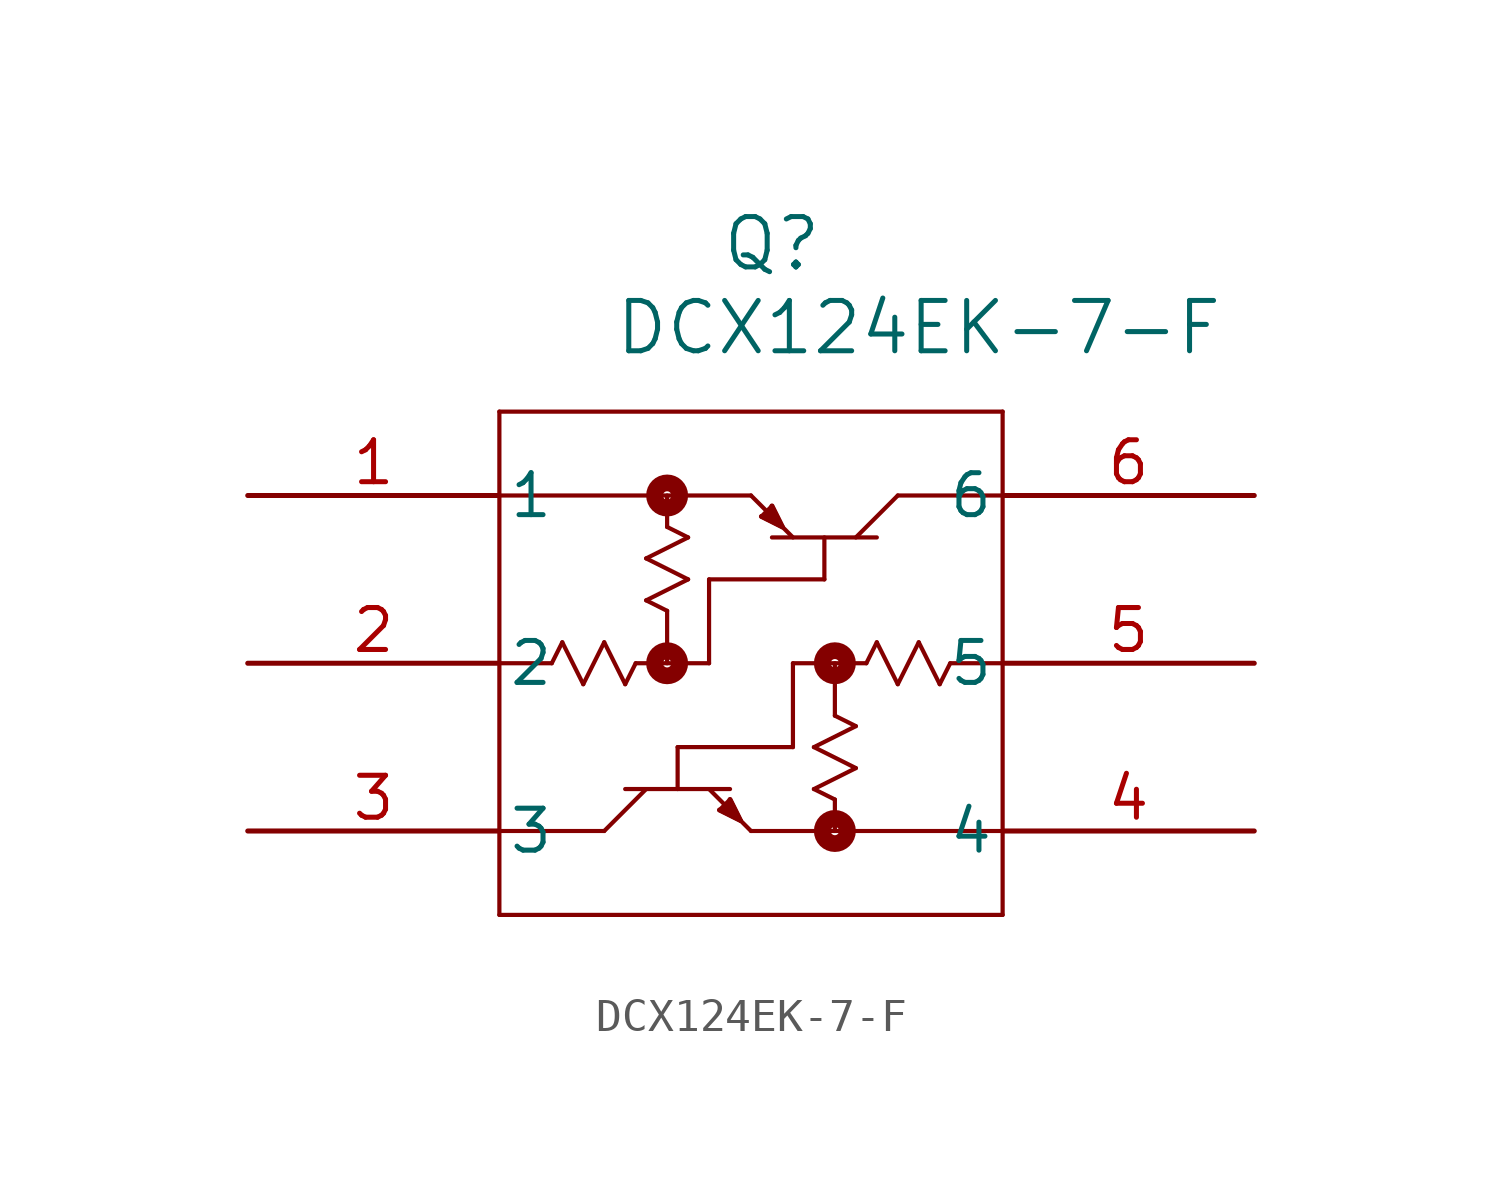
<source format=kicad_sym>
(kicad_symbol_lib
  (version 20211014)
  (generator kicad_symbol_editor)
  (symbol "DCX124EK-7-F"
    (pin_names
      (offset 0.254))
    (property "Reference" "Q"
      (at 15.875 7.62 0)
      (effects (font (size 1.524 1.524))))
    (property "Value" "DCX124EK-7-F"
      (at 20.32 5.08 0)
      (effects (font (size 1.524 1.524))))
    (symbol "DCX124EK-7-F_0_1"
      (polyline (pts (xy 7.62 2.54) (xy 7.62 -12.7)) (stroke (width 0.127) (type default) (color 0 0 0 0)) (fill (type none)))
      (polyline (pts (xy 7.62 -12.7) (xy 22.86 -12.7)) (stroke (width 0.127) (type default) (color 0 0 0 0)) (fill (type none)))
      (polyline (pts (xy 22.86 -12.7) (xy 22.86 2.54)) (stroke (width 0.127) (type default) (color 0 0 0 0)) (fill (type none)))
      (polyline (pts (xy 22.86 2.54) (xy 7.62 2.54)) (stroke (width 0.127) (type default) (color 0 0 0 0)) (fill (type none)))
      (polyline (pts (xy 7.62 0) (xy 15.24 0)) (stroke (width 0.127) (type default) (color 0 0 0 0)) (fill (type none)))
      (polyline (pts (xy 15.24 0) (xy 16.51 -1.27)) (stroke (width 0.127) (type default) (color 0 0 0 0)) (fill (type none)))
      (polyline (pts (xy 15.875 -1.27) (xy 19.05 -1.27)) (stroke (width 0.127) (type default) (color 0 0 0 0)) (fill (type none)))
      (polyline (pts (xy 18.415 -1.27) (xy 19.685 0)) (stroke (width 0.127) (type default) (color 0 0 0 0)) (fill (type none)))
      (polyline (pts (xy 19.685 0) (xy 22.86 0)) (stroke (width 0.127) (type default) (color 0 0 0 0)) (fill (type none)))
      (polyline (pts (xy 11.748 -5.08) (xy 13.97 -5.08)) (stroke (width 0.127) (type default) (color 0 0 0 0)) (fill (type none)))
      (polyline (pts (xy 13.97 -5.08) (xy 13.97 -2.54)) (stroke (width 0.127) (type default) (color 0 0 0 0)) (fill (type none)))
      (polyline (pts (xy 13.97 -2.54) (xy 17.462 -2.54)) (stroke (width 0.127) (type default) (color 0 0 0 0)) (fill (type none)))
      (polyline (pts (xy 17.462 -1.27) (xy 17.462 -2.54)) (stroke (width 0.127) (type default) (color 0 0 0 0)) (fill (type none)))
      (polyline (pts (xy 9.207 -5.08) (xy 9.525 -4.445)) (stroke (width 0.127) (type default) (color 0 0 0 0)) (fill (type none)))
      (polyline (pts (xy 9.525 -4.445) (xy 10.16 -5.715)) (stroke (width 0.127) (type default) (color 0 0 0 0)) (fill (type none)))
      (polyline (pts (xy 10.16 -5.715) (xy 10.795 -4.445)) (stroke (width 0.127) (type default) (color 0 0 0 0)) (fill (type none)))
      (polyline (pts (xy 10.795 -4.445) (xy 11.43 -5.715)) (stroke (width 0.127) (type default) (color 0 0 0 0)) (fill (type none)))
      (polyline (pts (xy 11.43 -5.715) (xy 11.748 -5.08)) (stroke (width 0.127) (type default) (color 0 0 0 0)) (fill (type none)))
      (polyline (pts (xy 7.62 -5.08) (xy 9.207 -5.08)) (stroke (width 0.127) (type default) (color 0 0 0 0)) (fill (type none)))
      (polyline (pts (xy 12.7 -0.953) (xy 13.335 -1.27)) (stroke (width 0.127) (type default) (color 0 0 0 0)) (fill (type none)))
      (polyline (pts (xy 13.335 -1.27) (xy 12.065 -1.905)) (stroke (width 0.127) (type default) (color 0 0 0 0)) (fill (type none)))
      (polyline (pts (xy 12.065 -1.905) (xy 13.335 -2.54)) (stroke (width 0.127) (type default) (color 0 0 0 0)) (fill (type none)))
      (polyline (pts (xy 13.335 -2.54) (xy 12.065 -3.175)) (stroke (width 0.127) (type default) (color 0 0 0 0)) (fill (type none)))
      (polyline (pts (xy 12.065 -3.175) (xy 12.7 -3.493)) (stroke (width 0.127) (type default) (color 0 0 0 0)) (fill (type none)))
      (polyline (pts (xy 12.7 0) (xy 12.7 -0.953)) (stroke (width 0.127) (type default) (color 0 0 0 0)) (fill (type none)))
      (polyline (pts (xy 12.7 -3.493) (xy 12.7 -5.08)) (stroke (width 0.127) (type default) (color 0 0 0 0)) (fill (type none)))
      (circle (center 12.7 0) (radius 0.127) (stroke (width 0.508) (type default) (color 0 0 0 0)) (fill (type none)))
      (circle (center 12.7 -5.08) (radius 0.127) (stroke (width 0.508) (type default) (color 0 0 0 0)) (fill (type none)))
      (polyline (pts (xy 16.192 -0.953) (xy 15.875 -0.318)) (stroke (width 0.127) (type default) (color 0 0 0 0)) (fill (type none)))
      (polyline (pts (xy 15.557 -0.635) (xy 16.192 -0.953)) (stroke (width 0.127) (type default) (color 0 0 0 0)) (fill (type none)))
      (polyline (pts (xy 15.557 -0.635) (xy 15.875 -0.318)) (stroke (width 0.127) (type default) (color 0 0 0 0)) (fill (type none)))
      (polyline (pts (xy 15.557 -0.635) (xy 16.192 -0.953) (xy 15.875 -0.318)) (stroke (width 0) (type default) (color 0 0 0 0)) (fill (type outline)))
      (polyline (pts (xy 22.86 -10.16) (xy 15.24 -10.16)) (stroke (width 0.127) (type default) (color 0 0 0 0)) (fill (type none)))
      (polyline (pts (xy 15.24 -10.16) (xy 13.97 -8.89)) (stroke (width 0.127) (type default) (color 0 0 0 0)) (fill (type none)))
      (polyline (pts (xy 14.605 -8.89) (xy 11.43 -8.89)) (stroke (width 0.127) (type default) (color 0 0 0 0)) (fill (type none)))
      (polyline (pts (xy 12.065 -8.89) (xy 10.795 -10.16)) (stroke (width 0.127) (type default) (color 0 0 0 0)) (fill (type none)))
      (polyline (pts (xy 10.795 -10.16) (xy 7.62 -10.16)) (stroke (width 0.127) (type default) (color 0 0 0 0)) (fill (type none)))
      (polyline (pts (xy 18.733 -5.08) (xy 16.51 -5.08)) (stroke (width 0.127) (type default) (color 0 0 0 0)) (fill (type none)))
      (polyline (pts (xy 16.51 -5.08) (xy 16.51 -7.62)) (stroke (width 0.127) (type default) (color 0 0 0 0)) (fill (type none)))
      (polyline (pts (xy 16.51 -7.62) (xy 13.018 -7.62)) (stroke (width 0.127) (type default) (color 0 0 0 0)) (fill (type none)))
      (polyline (pts (xy 13.018 -8.89) (xy 13.018 -7.62)) (stroke (width 0.127) (type default) (color 0 0 0 0)) (fill (type none)))
      (polyline (pts (xy 21.273 -5.08) (xy 20.955 -5.715)) (stroke (width 0.127) (type default) (color 0 0 0 0)) (fill (type none)))
      (polyline (pts (xy 20.955 -5.715) (xy 20.32 -4.445)) (stroke (width 0.127) (type default) (color 0 0 0 0)) (fill (type none)))
      (polyline (pts (xy 20.32 -4.445) (xy 19.685 -5.715)) (stroke (width 0.127) (type default) (color 0 0 0 0)) (fill (type none)))
      (polyline (pts (xy 19.685 -5.715) (xy 19.05 -4.445)) (stroke (width 0.127) (type default) (color 0 0 0 0)) (fill (type none)))
      (polyline (pts (xy 19.05 -4.445) (xy 18.733 -5.08)) (stroke (width 0.127) (type default) (color 0 0 0 0)) (fill (type none)))
      (polyline (pts (xy 22.86 -5.08) (xy 21.273 -5.08)) (stroke (width 0.127) (type default) (color 0 0 0 0)) (fill (type none)))
      (polyline (pts (xy 17.78 -9.207) (xy 17.145 -8.89)) (stroke (width 0.127) (type default) (color 0 0 0 0)) (fill (type none)))
      (polyline (pts (xy 17.145 -8.89) (xy 18.415 -8.255)) (stroke (width 0.127) (type default) (color 0 0 0 0)) (fill (type none)))
      (polyline (pts (xy 18.415 -8.255) (xy 17.145 -7.62)) (stroke (width 0.127) (type default) (color 0 0 0 0)) (fill (type none)))
      (polyline (pts (xy 17.145 -7.62) (xy 18.415 -6.985)) (stroke (width 0.127) (type default) (color 0 0 0 0)) (fill (type none)))
      (polyline (pts (xy 18.415 -6.985) (xy 17.78 -6.668)) (stroke (width 0.127) (type default) (color 0 0 0 0)) (fill (type none)))
      (polyline (pts (xy 17.78 -10.16) (xy 17.78 -9.207)) (stroke (width 0.127) (type default) (color 0 0 0 0)) (fill (type none)))
      (polyline (pts (xy 17.78 -6.668) (xy 17.78 -5.08)) (stroke (width 0.127) (type default) (color 0 0 0 0)) (fill (type none)))
      (circle (center 17.78 -10.16) (radius 0.127) (stroke (width 0.508) (type default) (color 0 0 0 0)) (fill (type none)))
      (circle (center 17.78 -5.08) (radius 0.127) (stroke (width 0.508) (type default) (color 0 0 0 0)) (fill (type none)))
      (polyline (pts (xy 14.922 -9.842) (xy 14.605 -9.207)) (stroke (width 0.127) (type default) (color 0 0 0 0)) (fill (type none)))
      (polyline (pts (xy 14.287 -9.525) (xy 14.922 -9.842)) (stroke (width 0.127) (type default) (color 0 0 0 0)) (fill (type none)))
      (polyline (pts (xy 14.287 -9.525) (xy 14.605 -9.207)) (stroke (width 0.127) (type default) (color 0 0 0 0)) (fill (type none)))
      (polyline (pts (xy 14.287 -9.525) (xy 14.922 -9.842) (xy 14.605 -9.207)) (stroke (width 0) (type default) (color 0 0 0 0)) (fill (type outline)))
      (pin unspecified line (at 0 0 0) (length 7.62) (name "1" (effects (font (size 1.27 1.27)))) (number "1" (effects (font (size 1.27 1.27)))))
      (pin unspecified line (at 0 -5.08 0) (length 7.62) (name "2" (effects (font (size 1.27 1.27)))) (number "2" (effects (font (size 1.27 1.27)))))
      (pin unspecified line (at 0 -10.16 0) (length 7.62) (name "3" (effects (font (size 1.27 1.27)))) (number "3" (effects (font (size 1.27 1.27)))))
      (pin unspecified line (at 30.48 -10.16 180) (length 7.62) (name "4" (effects (font (size 1.27 1.27)))) (number "4" (effects (font (size 1.27 1.27)))))
      (pin unspecified line (at 30.48 -5.08 180) (length 7.62) (name "5" (effects (font (size 1.27 1.27)))) (number "5" (effects (font (size 1.27 1.27)))))
      (pin unspecified line (at 30.48 0 180) (length 7.62) (name "6" (effects (font (size 1.27 1.27)))) (number "6" (effects (font (size 1.27 1.27))))))))
</source>
